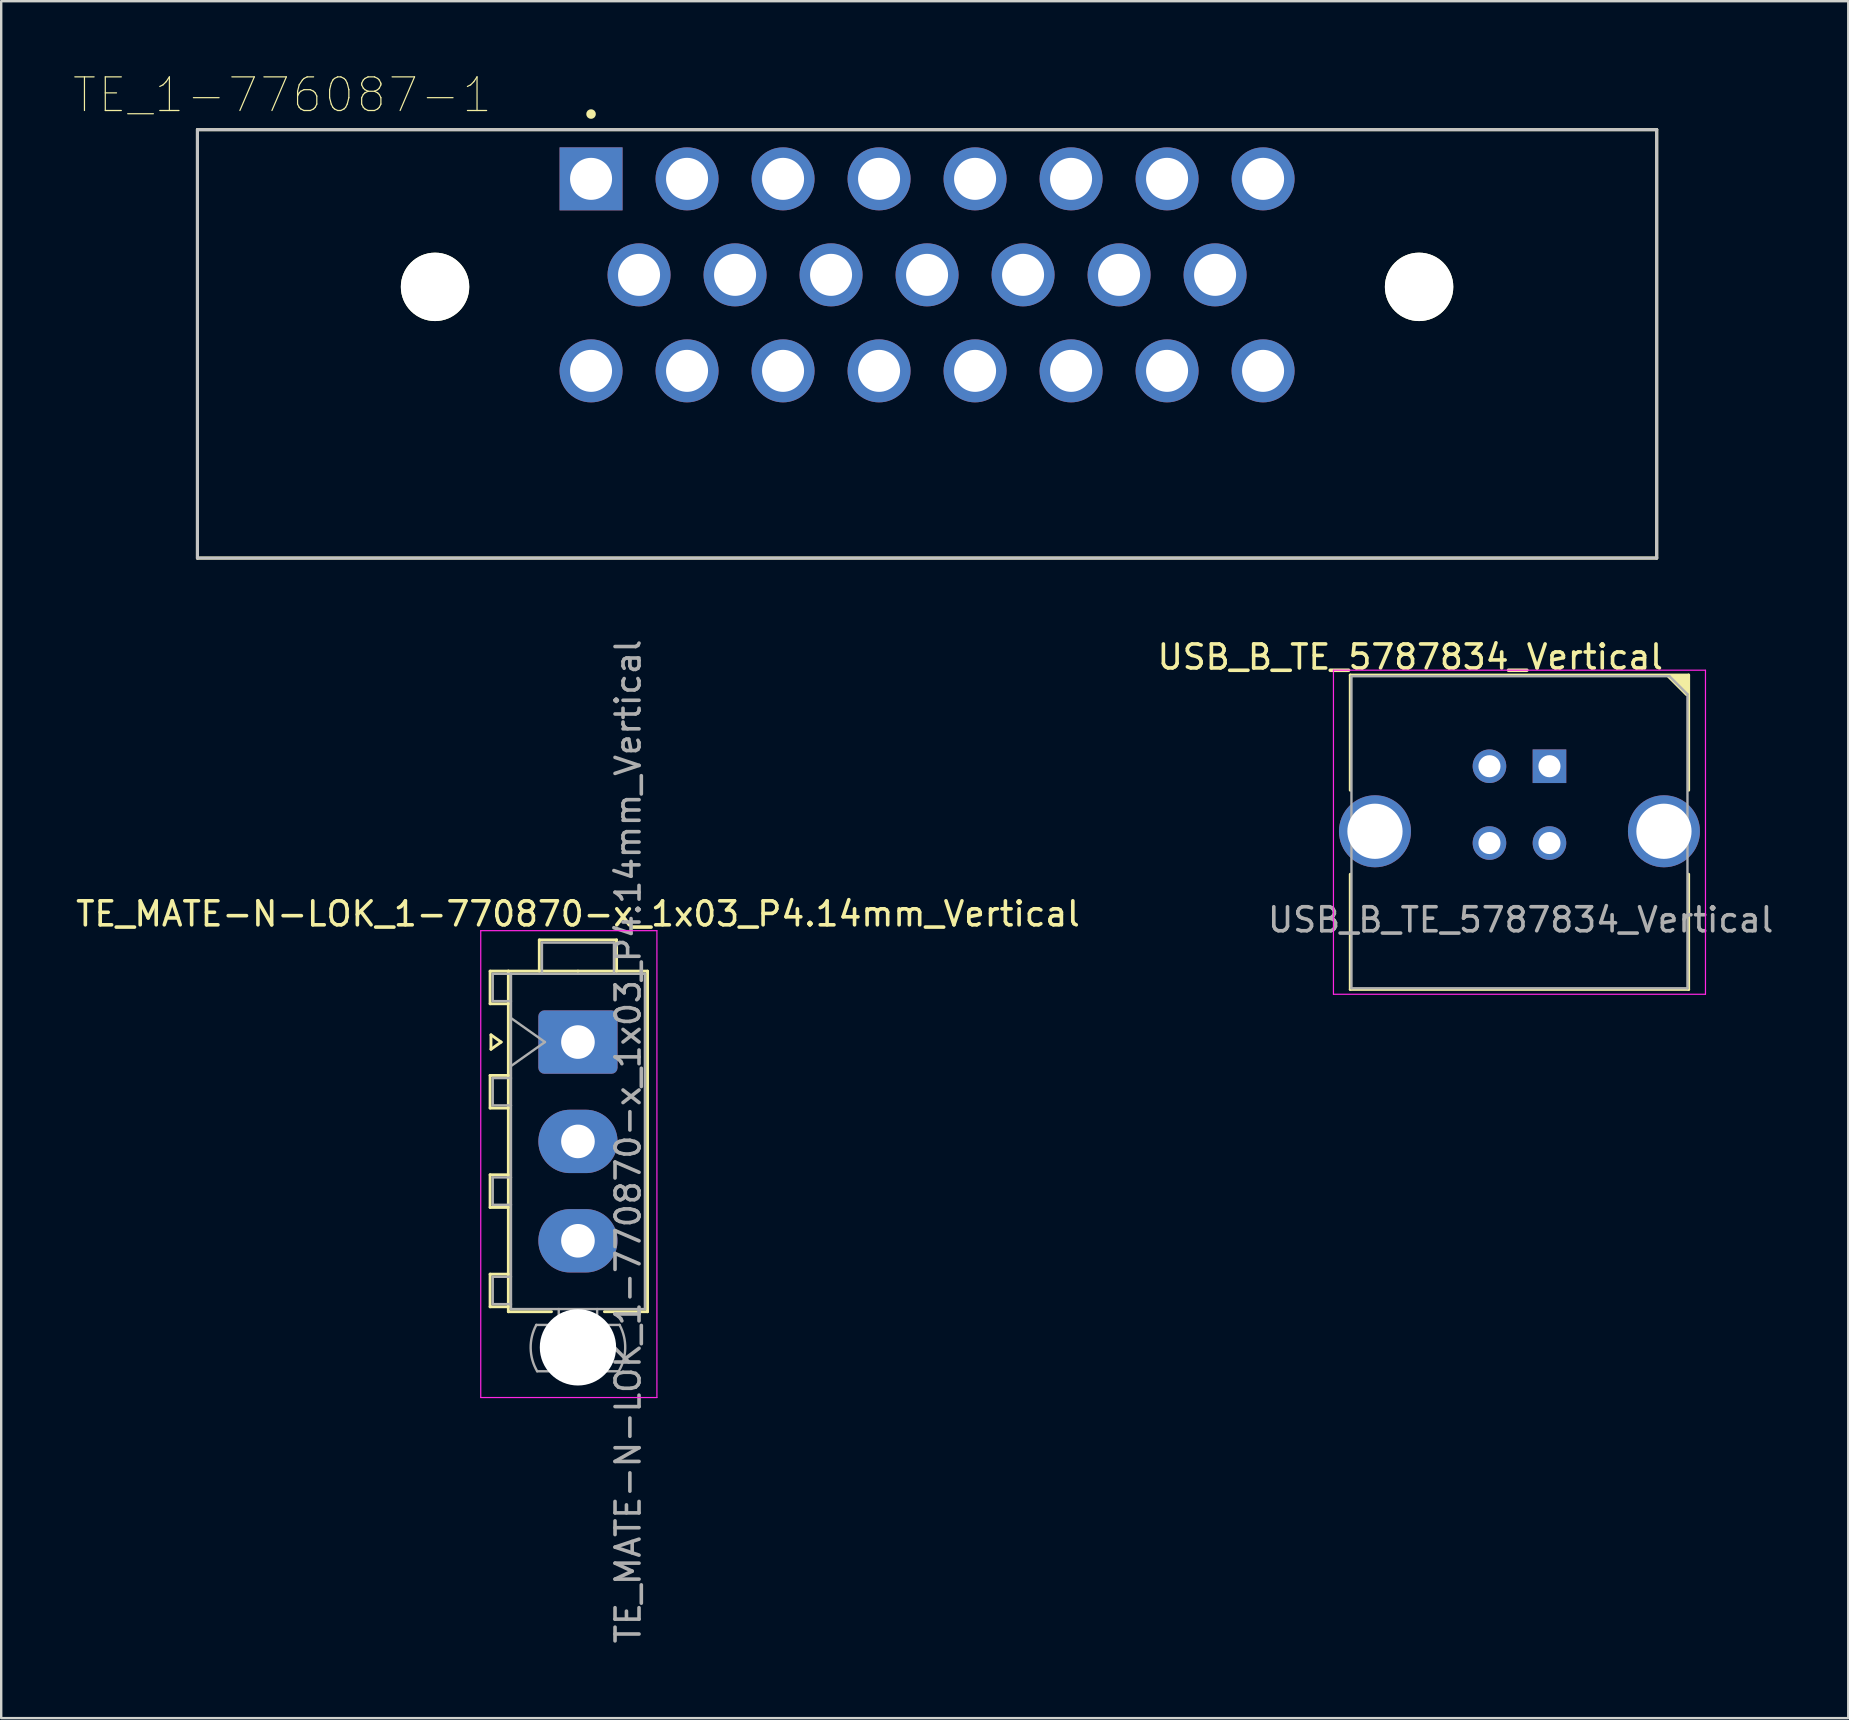
<source format=kicad_pcb>
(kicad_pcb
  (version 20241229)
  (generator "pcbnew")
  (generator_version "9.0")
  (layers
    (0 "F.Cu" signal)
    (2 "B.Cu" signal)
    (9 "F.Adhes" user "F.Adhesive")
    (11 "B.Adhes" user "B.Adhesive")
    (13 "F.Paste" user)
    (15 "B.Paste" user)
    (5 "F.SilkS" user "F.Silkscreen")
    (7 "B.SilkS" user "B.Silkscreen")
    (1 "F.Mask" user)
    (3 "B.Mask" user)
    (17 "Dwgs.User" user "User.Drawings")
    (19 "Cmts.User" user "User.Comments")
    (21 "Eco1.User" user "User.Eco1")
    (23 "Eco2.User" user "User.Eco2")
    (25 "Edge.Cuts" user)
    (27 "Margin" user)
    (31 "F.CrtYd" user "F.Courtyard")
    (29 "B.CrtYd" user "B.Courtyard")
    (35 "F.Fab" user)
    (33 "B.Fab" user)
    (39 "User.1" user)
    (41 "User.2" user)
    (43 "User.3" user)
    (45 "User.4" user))
  (footprint "TE_1-776087-1"
    (layer "F.Cu")
    (at 21.576 4.402)
    (property "Reference" "TE_1-776087-1" (at -12.862 -3.494 0) (layer "F.SilkS") (effects (font (size 1.402 1.402) (thickness 0.05))))
    (attr through_hole)
    (fp_line (start -16.4 -2.05) (end -16.4 15.8) (stroke (width 0.127) (type solid)) (layer "F.SilkS"))
    (fp_line (start 44.4 -2.05) (end -16.4 -2.05) (stroke (width 0.127) (type solid)) (layer "F.SilkS"))
    (fp_line (start 44.4 15.8) (end -16.4 15.8) (stroke (width 0.127) (type solid)) (layer "F.SilkS"))
    (fp_line (start 44.4 15.8) (end 44.4 -2.05) (stroke (width 0.127) (type solid)) (layer "F.SilkS"))
    (fp_circle (center 0 -2.7) (end 0.1 -2.7) (stroke (width 0.2) (type solid)) (fill no) (layer "F.SilkS"))
    (fp_line (start -16.4 -2.05) (end -16.4 15.8) (stroke (width 0.127) (type solid)) (layer "Dwgs.User"))
    (fp_line (start 44.4 -2.05) (end -16.4 -2.05) (stroke (width 0.127) (type solid)) (layer "Dwgs.User"))
    (fp_line (start 44.4 15.8) (end -16.4 15.8) (stroke (width 0.127) (type solid)) (layer "Dwgs.User"))
    (fp_line (start 44.4 15.8) (end 44.4 -2.05) (stroke (width 0.127) (type solid)) (layer "Dwgs.User"))
    (fp_line (start -16.65 -2.3) (end 44.65 -2.3) (stroke (width 0.05) (type solid)) (layer "Eco1.User"))
    (fp_line (start -16.65 16.05) (end -16.65 -2.3) (stroke (width 0.05) (type solid)) (layer "Eco1.User"))
    (fp_line (start 44.65 -2.3) (end 44.65 16.05) (stroke (width 0.05) (type solid)) (layer "Eco1.User"))
    (fp_line (start 44.65 16.05) (end -16.65 16.05) (stroke (width 0.05) (type solid)) (layer "Eco1.User"))
    (pad "" np_thru_hole circle (at -6.5 4.5) (size 2.85 2.85) (drill 2.85) (layers "*.Cu" "*.Mask" "F.SilkS"))
    (pad "" np_thru_hole circle (at 34.5 4.5) (size 2.85 2.85) (drill 2.85) (layers "*.Cu" "*.Mask" "F.SilkS"))
    (pad "1" thru_hole rect (at 0 0) (size 2.625 2.625) (drill 1.75) (layers "*.Cu" "*.Mask"))
    (pad "2" thru_hole circle (at 4 0) (size 2.625 2.625) (drill 1.75) (layers "*.Cu" "*.Mask"))
    (pad "3" thru_hole circle (at 8 0) (size 2.625 2.625) (drill 1.75) (layers "*.Cu" "*.Mask"))
    (pad "4" thru_hole circle (at 12 0) (size 2.625 2.625) (drill 1.75) (layers "*.Cu" "*.Mask"))
    (pad "5" thru_hole circle (at 16 0) (size 2.625 2.625) (drill 1.75) (layers "*.Cu" "*.Mask"))
    (pad "6" thru_hole circle (at 20 0) (size 2.625 2.625) (drill 1.75) (layers "*.Cu" "*.Mask"))
    (pad "7" thru_hole circle (at 24 0) (size 2.625 2.625) (drill 1.75) (layers "*.Cu" "*.Mask"))
    (pad "8" thru_hole circle (at 28 0) (size 2.625 2.625) (drill 1.75) (layers "*.Cu" "*.Mask"))
    (pad "9" thru_hole circle (at 2 4) (size 2.625 2.625) (drill 1.75) (layers "*.Cu" "*.Mask"))
    (pad "10" thru_hole circle (at 6 4) (size 2.625 2.625) (drill 1.75) (layers "*.Cu" "*.Mask"))
    (pad "11" thru_hole circle (at 10 4) (size 2.625 2.625) (drill 1.75) (layers "*.Cu" "*.Mask"))
    (pad "12" thru_hole circle (at 14 4) (size 2.625 2.625) (drill 1.75) (layers "*.Cu" "*.Mask"))
    (pad "13" thru_hole circle (at 18 4) (size 2.625 2.625) (drill 1.75) (layers "*.Cu" "*.Mask"))
    (pad "14" thru_hole circle (at 22 4) (size 2.625 2.625) (drill 1.75) (layers "*.Cu" "*.Mask"))
    (pad "15" thru_hole circle (at 26 4) (size 2.625 2.625) (drill 1.75) (layers "*.Cu" "*.Mask"))
    (pad "16" thru_hole circle (at 0 8) (size 2.625 2.625) (drill 1.75) (layers "*.Cu" "*.Mask"))
    (pad "17" thru_hole circle (at 4 8) (size 2.625 2.625) (drill 1.75) (layers "*.Cu" "*.Mask"))
    (pad "18" thru_hole circle (at 8 8) (size 2.625 2.625) (drill 1.75) (layers "*.Cu" "*.Mask"))
    (pad "19" thru_hole circle (at 12 8) (size 2.625 2.625) (drill 1.75) (layers "*.Cu" "*.Mask"))
    (pad "20" thru_hole circle (at 16 8) (size 2.625 2.625) (drill 1.75) (layers "*.Cu" "*.Mask"))
    (pad "21" thru_hole circle (at 20 8) (size 2.625 2.625) (drill 1.75) (layers "*.Cu" "*.Mask"))
    (pad "22" thru_hole circle (at 24 8) (size 2.625 2.625) (drill 1.75) (layers "*.Cu" "*.Mask"))
    (pad "23" thru_hole circle (at 28 8) (size 2.625 2.625) (drill 1.75) (layers "*.Cu" "*.Mask")))
  (footprint "USB_B_TE_5787834_Vertical"
    (layer "F.Cu")
    (at 61.508 28.875)
    (property "Reference" "USB_B_TE_5787834_Vertical" (at -5.8 -4.55 0) (layer "F.SilkS") (effects (font (size 1 1) (thickness 0.15))))
    (attr through_hole)
    (fp_line (start -8.3 -3.8) (end 5.8 -3.8) (stroke (width 0.12) (type solid)) (layer "F.SilkS"))
    (fp_line (start -8.3 1) (end -8.3 -3.8) (stroke (width 0.12) (type solid)) (layer "F.SilkS"))
    (fp_line (start -8.3 9.3) (end -8.3 4.5) (stroke (width 0.12) (type solid)) (layer "F.SilkS"))
    (fp_line (start 4.953 -3.747) (end 5.715 -2.985) (stroke (width 0.12) (type solid)) (layer "F.SilkS"))
    (fp_line (start 5.8 -3.8) (end 5.8 1) (stroke (width 0.12) (type solid)) (layer "F.SilkS"))
    (fp_line (start 5.8 4.5) (end 5.8 9.3) (stroke (width 0.12) (type solid)) (layer "F.SilkS"))
    (fp_line (start 5.8 9.3) (end -8.3 9.3) (stroke (width 0.12) (type solid)) (layer "F.SilkS"))
    (fp_poly (pts (xy 4.953 -3.747) (xy 5.715 -2.985) (xy 5.779 -3.747)) (stroke (width 0.1) (type solid)) (fill yes) (layer "F.SilkS"))
    (fp_line (start -9 -4) (end -9 9.5) (stroke (width 0.05) (type solid)) (layer "F.CrtYd"))
    (fp_line (start -9 -4) (end 6.5 -4) (stroke (width 0.05) (type solid)) (layer "F.CrtYd"))
    (fp_line (start 6.5 9.5) (end -9 9.5) (stroke (width 0.05) (type solid)) (layer "F.CrtYd"))
    (fp_line (start 6.5 9.5) (end 6.5 -4) (stroke (width 0.05) (type solid)) (layer "F.CrtYd"))
    (fp_line (start -8.25 -3.75) (end 5 -3.75) (stroke (width 0.1) (type solid)) (layer "F.Fab"))
    (fp_line (start -8.25 9.25) (end -8.25 -3.75) (stroke (width 0.1) (type solid)) (layer "F.Fab"))
    (fp_line (start 5 -3.75) (end 5.75 -3) (stroke (width 0.1) (type solid)) (layer "F.Fab"))
    (fp_line (start 5.75 -3) (end 5.75 9.25) (stroke (width 0.1) (type solid)) (layer "F.Fab"))
    (fp_line (start 5.75 9.25) (end -8.25 9.25) (stroke (width 0.1) (type solid)) (layer "F.Fab"))
    (fp_text user "${REFERENCE}" (at -1.2 6.4 0) (layer "F.Fab") (effects (font (size 1 1) (thickness 0.15))))
    (pad "1" thru_hole rect (at 0 0) (size 1.4 1.4) (drill 0.92) (layers "*.Cu" "*.Mask"))
    (pad "2" thru_hole circle (at -2.5 0) (size 1.4 1.4) (drill 0.92) (layers "*.Cu" "*.Mask"))
    (pad "3" thru_hole circle (at -2.5 3.2) (size 1.4 1.4) (drill 0.92) (layers "*.Cu" "*.Mask"))
    (pad "4" thru_hole circle (at 0 3.2) (size 1.4 1.4) (drill 0.92) (layers "*.Cu" "*.Mask"))
    (pad "5" thru_hole circle (at -7.27 2.71) (size 3 3) (drill 2.3) (layers "*.Cu" "*.Mask"))
    (pad "5" thru_hole circle (at 4.77 2.71) (size 3 3) (drill 2.3) (layers "*.Cu" "*.Mask")))
  (footprint "TE_MATE-N-LOK_1-770870-x_1x03_P4.14mm_Vertical"
    (layer "F.Cu")
    (at 21.03 40.367)
    (property "Reference" "TE_MATE-N-LOK_1-770870-x_1x03_P4.14mm_Vertical" (at 0 -5.34 0) (layer "F.SilkS") (effects (font (size 1 1) (thickness 0.15))))
    (attr through_hole)
    (fp_line (start -3.66 -2.955) (end -3.66 -1.595) (stroke (width 0.12) (type solid)) (layer "F.SilkS"))
    (fp_line (start -3.66 -1.595) (end -2.9 -1.595) (stroke (width 0.12) (type solid)) (layer "F.SilkS"))
    (fp_line (start -3.66 1.39) (end -3.66 2.75) (stroke (width 0.12) (type solid)) (layer "F.SilkS"))
    (fp_line (start -3.66 2.75) (end -2.9 2.75) (stroke (width 0.12) (type solid)) (layer "F.SilkS"))
    (fp_line (start -3.66 5.53) (end -3.66 6.89) (stroke (width 0.12) (type solid)) (layer "F.SilkS"))
    (fp_line (start -3.66 6.89) (end -2.9 6.89) (stroke (width 0.12) (type solid)) (layer "F.SilkS"))
    (fp_line (start -3.66 9.67) (end -3.66 11.03) (stroke (width 0.12) (type solid)) (layer "F.SilkS"))
    (fp_line (start -3.66 11.03) (end -2.9 11.03) (stroke (width 0.12) (type solid)) (layer "F.SilkS"))
    (fp_line (start -3.624 -0.3) (end -3.2 0) (stroke (width 0.12) (type solid)) (layer "F.SilkS"))
    (fp_line (start -3.624 0.3) (end -3.624 -0.3) (stroke (width 0.12) (type solid)) (layer "F.SilkS"))
    (fp_line (start -3.2 0) (end -3.624 0.3) (stroke (width 0.12) (type solid)) (layer "F.SilkS"))
    (fp_line (start -2.9 -2.955) (end -3.66 -2.955) (stroke (width 0.12) (type solid)) (layer "F.SilkS"))
    (fp_line (start -2.9 -2.955) (end -2.9 11.235) (stroke (width 0.12) (type solid)) (layer "F.SilkS"))
    (fp_line (start -2.9 1.39) (end -3.66 1.39) (stroke (width 0.12) (type solid)) (layer "F.SilkS"))
    (fp_line (start -2.9 5.53) (end -3.66 5.53) (stroke (width 0.12) (type solid)) (layer "F.SilkS"))
    (fp_line (start -2.9 9.67) (end -3.66 9.67) (stroke (width 0.12) (type solid)) (layer "F.SilkS"))
    (fp_line (start -2.9 11.235) (end -1.103 11.235) (stroke (width 0.12) (type solid)) (layer "F.SilkS"))
    (fp_line (start -1.61 -4.255) (end 1.61 -4.255) (stroke (width 0.12) (type solid)) (layer "F.SilkS"))
    (fp_line (start -1.61 -2.955) (end -1.61 -4.255) (stroke (width 0.12) (type solid)) (layer "F.SilkS"))
    (fp_line (start 0 -2.955) (end -2.9 -2.955) (stroke (width 0.12) (type solid)) (layer "F.SilkS"))
    (fp_line (start 0 -2.955) (end 2.9 -2.955) (stroke (width 0.12) (type solid)) (layer "F.SilkS"))
    (fp_line (start 1.61 -4.255) (end 1.61 -2.955) (stroke (width 0.12) (type solid)) (layer "F.SilkS"))
    (fp_line (start 2.9 -2.955) (end 2.9 11.235) (stroke (width 0.12) (type solid)) (layer "F.SilkS"))
    (fp_line (start 2.9 11.235) (end 1.103 11.235) (stroke (width 0.12) (type solid)) (layer "F.SilkS"))
    (fp_line (start -4.05 -4.64) (end -4.05 14.81) (stroke (width 0.05) (type solid)) (layer "F.CrtYd"))
    (fp_line (start -4.05 14.81) (end 3.29 14.81) (stroke (width 0.05) (type solid)) (layer "F.CrtYd"))
    (fp_line (start 3.29 -4.64) (end -4.05 -4.64) (stroke (width 0.05) (type solid)) (layer "F.CrtYd"))
    (fp_line (start 3.29 14.81) (end 3.29 -4.64) (stroke (width 0.05) (type solid)) (layer "F.CrtYd"))
    (fp_line (start -3.55 -2.845) (end -3.55 -1.705) (stroke (width 0.1) (type solid)) (layer "F.Fab"))
    (fp_line (start -3.55 -1.705) (end -2.79 -1.705) (stroke (width 0.1) (type solid)) (layer "F.Fab"))
    (fp_line (start -3.55 1.5) (end -3.55 2.64) (stroke (width 0.1) (type solid)) (layer "F.Fab"))
    (fp_line (start -3.55 2.64) (end -2.79 2.64) (stroke (width 0.1) (type solid)) (layer "F.Fab"))
    (fp_line (start -3.55 5.64) (end -3.55 6.78) (stroke (width 0.1) (type solid)) (layer "F.Fab"))
    (fp_line (start -3.55 6.78) (end -2.79 6.78) (stroke (width 0.1) (type solid)) (layer "F.Fab"))
    (fp_line (start -3.55 9.78) (end -3.55 10.92) (stroke (width 0.1) (type solid)) (layer "F.Fab"))
    (fp_line (start -3.55 10.92) (end -2.79 10.92) (stroke (width 0.1) (type solid)) (layer "F.Fab"))
    (fp_line (start -2.79 -2.845) (end -3.55 -2.845) (stroke (width 0.1) (type solid)) (layer "F.Fab"))
    (fp_line (start -2.79 -2.845) (end -2.79 11.125) (stroke (width 0.1) (type solid)) (layer "F.Fab"))
    (fp_line (start -2.79 -1) (end -1.376 0) (stroke (width 0.1) (type solid)) (layer "F.Fab"))
    (fp_line (start -2.79 1.5) (end -3.55 1.5) (stroke (width 0.1) (type solid)) (layer "F.Fab"))
    (fp_line (start -2.79 5.64) (end -3.55 5.64) (stroke (width 0.1) (type solid)) (layer "F.Fab"))
    (fp_line (start -2.79 9.78) (end -3.55 9.78) (stroke (width 0.1) (type solid)) (layer "F.Fab"))
    (fp_line (start -2.79 11.125) (end 2.79 11.125) (stroke (width 0.1) (type solid)) (layer "F.Fab"))
    (fp_line (start -1.5 -4.145) (end 1.5 -4.145) (stroke (width 0.1) (type solid)) (layer "F.Fab"))
    (fp_line (start -1.5 -2.845) (end -1.5 -4.145) (stroke (width 0.1) (type solid)) (layer "F.Fab"))
    (fp_line (start -1.376 0) (end -2.79 1) (stroke (width 0.1) (type solid)) (layer "F.Fab"))
    (fp_line (start -0.8 11.125) (end -0.8 11.785) (stroke (width 0.1) (type solid)) (layer "F.Fab"))
    (fp_line (start 0.8 11.125) (end 0.8 11.785) (stroke (width 0.1) (type solid)) (layer "F.Fab"))
    (fp_line (start 1.5 -4.145) (end 1.5 -2.845) (stroke (width 0.1) (type solid)) (layer "F.Fab"))
    (fp_line (start 1.7 13.716) (end -1.7 13.716) (stroke (width 0.1) (type solid)) (layer "F.Fab"))
    (fp_line (start 1.734 11.785) (end -1.734 11.785) (stroke (width 0.1) (type solid)) (layer "F.Fab"))
    (fp_line (start 2.79 -2.845) (end -2.79 -2.845) (stroke (width 0.1) (type solid)) (layer "F.Fab"))
    (fp_line (start 2.79 11.125) (end 2.79 -2.845) (stroke (width 0.1) (type solid)) (layer "F.Fab"))
    (fp_arc (start -1.699672 13.716) (mid -1.969689 12.754992) (end -1.733977 11.785) (stroke (width 0.1) (type solid)) (layer "F.Fab"))
    (fp_arc (start 1.733977 11.785) (mid 1.96969 12.754992) (end 1.699672 13.716) (stroke (width 0.1) (type solid)) (layer "F.Fab"))
    (fp_text user "${REFERENCE}" (at 2.09 4.14 90) (layer "F.Fab") (effects (font (size 1 1) (thickness 0.15))))
    (pad "" np_thru_hole circle (at 0 12.72) (size 3.18 3.18) (drill 3.18) (layers "*.Cu" "*.Mask"))
    (pad "1" thru_hole roundrect (at 0 0) (size 3.3 2.64) (drill 1.4) (layers "*.Cu" "*.Mask") (roundrect_rratio 0.095))
    (pad "2" thru_hole oval (at 0 4.14) (size 3.3 2.64) (drill 1.4) (layers "*.Cu" "*.Mask"))
    (pad "3" thru_hole oval (at 0 8.28) (size 3.3 2.64) (drill 1.4) (layers "*.Cu" "*.Mask")))
  (gr_rect
    (start -3 -3)
    (end 73.957 68.536)
    (stroke (width 0.1) (type default))
    (fill no)
    (layer "Edge.Cuts")))
</source>
